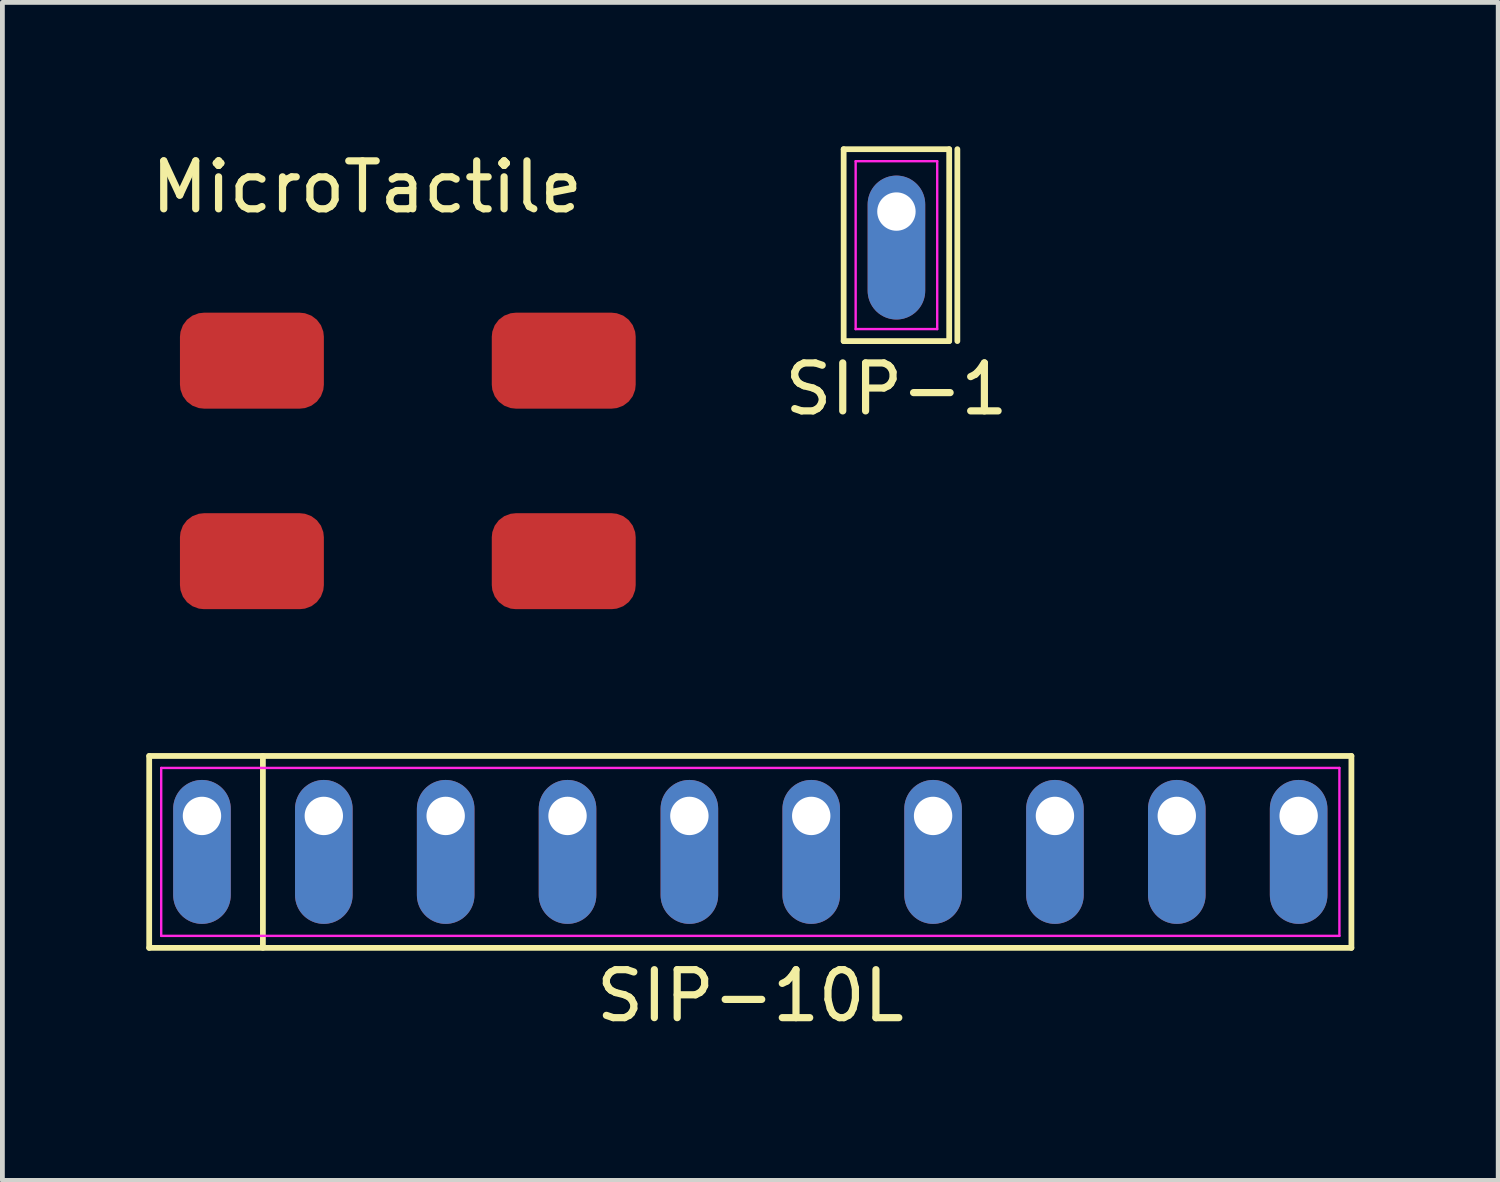
<source format=kicad_pcb>
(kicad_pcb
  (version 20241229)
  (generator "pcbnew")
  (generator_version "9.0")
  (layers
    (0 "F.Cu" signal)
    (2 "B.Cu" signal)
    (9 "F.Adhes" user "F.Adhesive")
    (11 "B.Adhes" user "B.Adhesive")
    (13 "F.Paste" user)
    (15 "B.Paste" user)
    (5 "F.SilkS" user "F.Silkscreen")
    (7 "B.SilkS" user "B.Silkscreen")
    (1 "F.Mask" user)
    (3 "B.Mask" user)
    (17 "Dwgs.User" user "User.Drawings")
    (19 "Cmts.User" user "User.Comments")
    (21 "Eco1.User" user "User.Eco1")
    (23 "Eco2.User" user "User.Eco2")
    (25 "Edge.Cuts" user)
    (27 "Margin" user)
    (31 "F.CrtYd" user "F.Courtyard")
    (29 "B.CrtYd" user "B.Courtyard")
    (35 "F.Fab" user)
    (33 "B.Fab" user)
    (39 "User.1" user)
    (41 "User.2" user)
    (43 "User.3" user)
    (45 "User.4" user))
  (footprint "SIP-10L"
    (layer "F.Cu")
    (at 12.59 14.708)
    (property "Reference" "SIP-10L" (at 0 3 0) (layer "F.SilkS") (effects (font (size 1 1) (thickness 0.15))))
    (fp_line (start -12.53 -2) (end 12.53 -2) (stroke (width 0.12) (type solid)) (layer "F.SilkS"))
    (fp_line (start -12.53 2) (end -12.53 -2) (stroke (width 0.12) (type solid)) (layer "F.SilkS"))
    (fp_line (start -10.16 -2) (end -10.16 2) (stroke (width 0.12) (type solid)) (layer "F.SilkS"))
    (fp_line (start 12.53 -2) (end 12.53 2) (stroke (width 0.12) (type solid)) (layer "F.SilkS"))
    (fp_line (start 12.53 2) (end -12.53 2) (stroke (width 0.12) (type solid)) (layer "F.SilkS"))
    (fp_line (start -12.28 -1.75) (end 12.28 -1.75) (stroke (width 0.05) (type solid)) (layer "F.CrtYd"))
    (fp_line (start -12.28 1.75) (end -12.28 -1.75) (stroke (width 0.05) (type solid)) (layer "F.CrtYd"))
    (fp_line (start 12.28 -1.75) (end 12.28 1.75) (stroke (width 0.05) (type solid)) (layer "F.CrtYd"))
    (fp_line (start 12.28 1.75) (end -12.28 1.75) (stroke (width 0.05) (type solid)) (layer "F.CrtYd"))
    (pad "1" thru_hole oval (at -11.43 -0.75) (size 1.2 3) (drill 0.8 (offset 0 0.75)) (layers "*.Cu" "*.Mask"))
    (pad "2" thru_hole oval (at -8.89 -0.75) (size 1.2 3) (drill 0.8 (offset 0 0.75)) (layers "*.Cu" "*.Mask"))
    (pad "3" thru_hole oval (at -6.35 -0.75) (size 1.2 3) (drill 0.8 (offset 0 0.75)) (layers "*.Cu" "*.Mask"))
    (pad "4" thru_hole oval (at -3.81 -0.75) (size 1.2 3) (drill 0.8 (offset 0 0.75)) (layers "*.Cu" "*.Mask"))
    (pad "5" thru_hole oval (at -1.27 -0.75) (size 1.2 3) (drill 0.8 (offset 0 0.75)) (layers "*.Cu" "*.Mask"))
    (pad "6" thru_hole oval (at 1.27 -0.75) (size 1.2 3) (drill 0.8 (offset 0 0.75)) (layers "*.Cu" "*.Mask"))
    (pad "7" thru_hole oval (at 3.81 -0.75) (size 1.2 3) (drill 0.8 (offset 0 0.75)) (layers "*.Cu" "*.Mask"))
    (pad "8" thru_hole oval (at 6.35 -0.75) (size 1.2 3) (drill 0.8 (offset 0 0.75)) (layers "*.Cu" "*.Mask"))
    (pad "9" thru_hole oval (at 8.89 -0.75) (size 1.2 3) (drill 0.8 (offset 0 0.75)) (layers "*.Cu" "*.Mask"))
    (pad "10" thru_hole oval (at 11.43 -0.75) (size 1.2 3) (drill 0.8 (offset 0 0.75)) (layers "*.Cu" "*.Mask")))
  (footprint "MicroTactile"
    (layer "F.Cu")
    (at 4.601 1.348)
    (property "Reference" "MicroTactile" (at 0 -0.5 0) (unlocked yes) (layer "F.SilkS") (effects (font (size 1 1) (thickness 0.15))))
    (attr smd)
    (pad "1" smd roundrect (at -2.4 3.12) (size 3 2) (layers "F.Cu" "F.Mask" "F.Paste") (roundrect_rratio 0.25))
    (pad "2" smd roundrect (at -2.4 7.3) (size 3 2) (layers "F.Cu" "F.Mask" "F.Paste") (roundrect_rratio 0.25))
    (pad "3" smd roundrect (at 4.1 3.12) (size 3 2) (layers "F.Cu" "F.Mask" "F.Paste") (roundrect_rratio 0.25))
    (pad "4" smd roundrect (at 4.1 7.3) (size 3 2) (layers "F.Cu" "F.Mask" "F.Paste") (roundrect_rratio 0.25)))
  (footprint "SIP-1"
    (layer "F.Cu")
    (at 15.636 2.06)
    (property "Reference" "SIP-1" (at 0 3 0) (layer "F.SilkS") (effects (font (size 1 1) (thickness 0.15))))
    (fp_line (start -1.1 -2) (end 1.1 -2) (stroke (width 0.12) (type solid)) (layer "F.SilkS"))
    (fp_line (start -1.1 2) (end -1.1 -2) (stroke (width 0.12) (type solid)) (layer "F.SilkS"))
    (fp_line (start 1.1 -2) (end 1.1 2) (stroke (width 0.12) (type solid)) (layer "F.SilkS"))
    (fp_line (start 1.1 2) (end -1.1 2) (stroke (width 0.12) (type solid)) (layer "F.SilkS"))
    (fp_line (start 1.27 -2) (end 1.27 2) (stroke (width 0.12) (type solid)) (layer "F.SilkS"))
    (fp_line (start -0.85 -1.75) (end 0.85 -1.75) (stroke (width 0.05) (type solid)) (layer "F.CrtYd"))
    (fp_line (start -0.85 1.75) (end -0.85 -1.75) (stroke (width 0.05) (type solid)) (layer "F.CrtYd"))
    (fp_line (start 0.85 -1.75) (end 0.85 1.75) (stroke (width 0.05) (type solid)) (layer "F.CrtYd"))
    (fp_line (start 0.85 1.75) (end -0.85 1.75) (stroke (width 0.05) (type solid)) (layer "F.CrtYd"))
    (pad "1" thru_hole oval (at 0 -0.7) (size 1.2 3) (drill 0.8 (offset 0 0.75)) (layers "*.Cu" "*.Mask")))
  (gr_rect
    (start -3 -3)
    (end 28.18 21.556)
    (stroke (width 0.1) (type default))
    (fill no)
    (layer "Edge.Cuts")))
</source>
